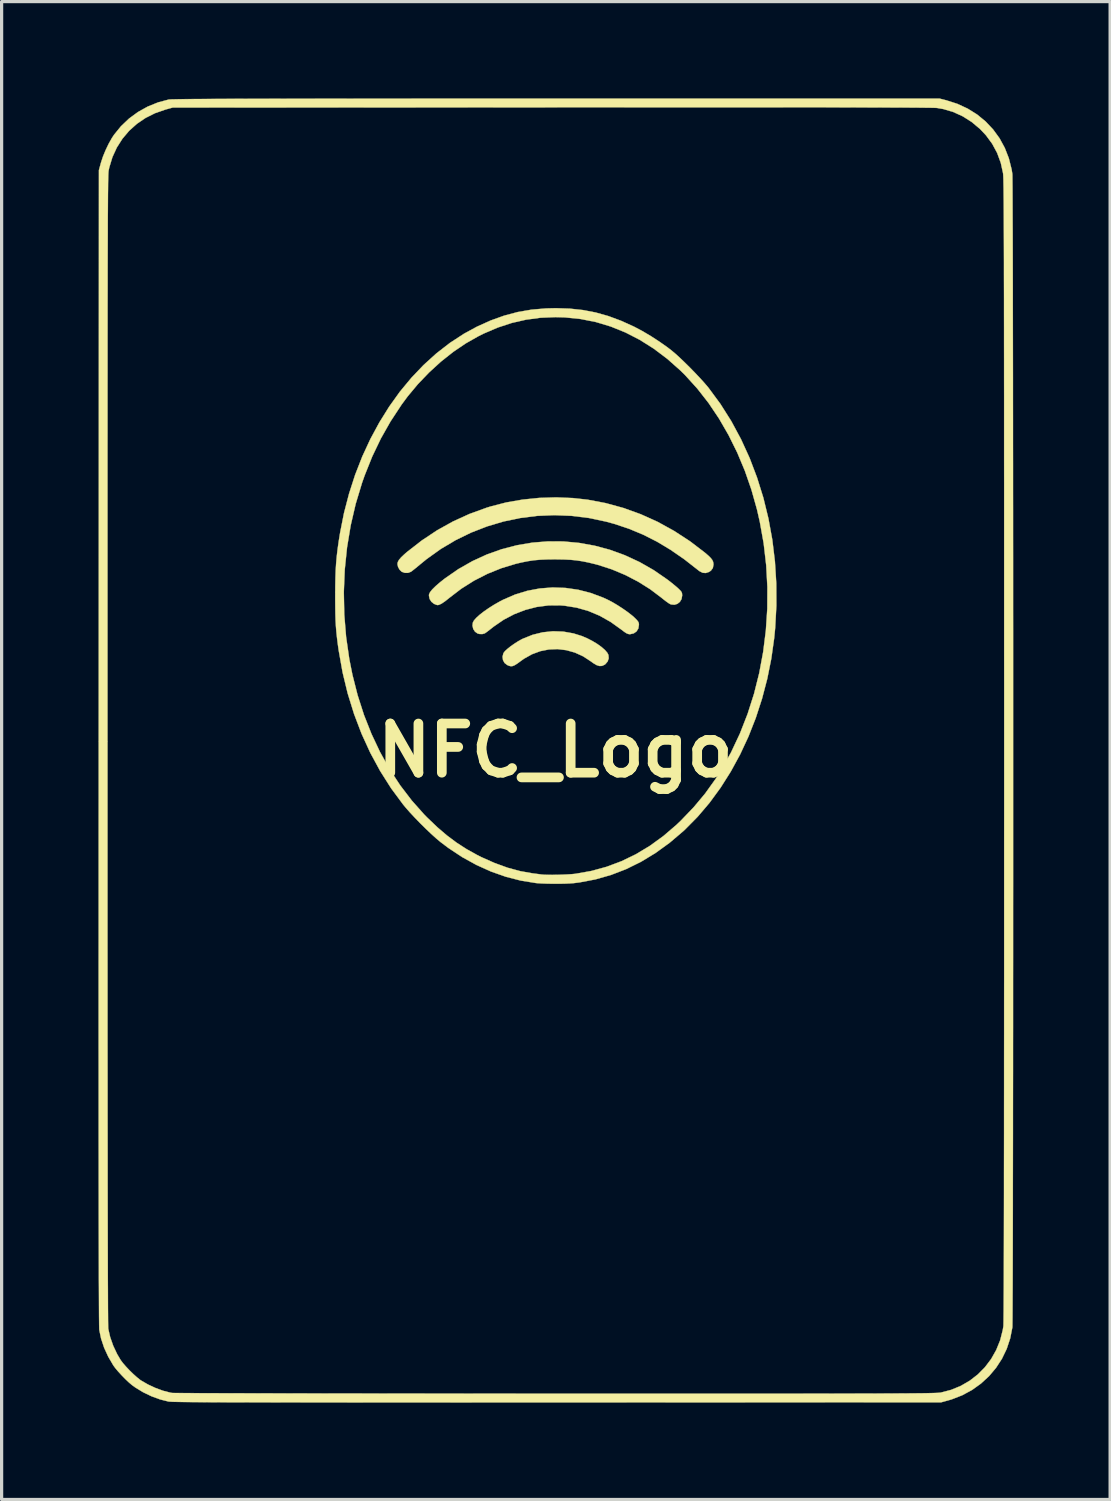
<source format=kicad_pcb>
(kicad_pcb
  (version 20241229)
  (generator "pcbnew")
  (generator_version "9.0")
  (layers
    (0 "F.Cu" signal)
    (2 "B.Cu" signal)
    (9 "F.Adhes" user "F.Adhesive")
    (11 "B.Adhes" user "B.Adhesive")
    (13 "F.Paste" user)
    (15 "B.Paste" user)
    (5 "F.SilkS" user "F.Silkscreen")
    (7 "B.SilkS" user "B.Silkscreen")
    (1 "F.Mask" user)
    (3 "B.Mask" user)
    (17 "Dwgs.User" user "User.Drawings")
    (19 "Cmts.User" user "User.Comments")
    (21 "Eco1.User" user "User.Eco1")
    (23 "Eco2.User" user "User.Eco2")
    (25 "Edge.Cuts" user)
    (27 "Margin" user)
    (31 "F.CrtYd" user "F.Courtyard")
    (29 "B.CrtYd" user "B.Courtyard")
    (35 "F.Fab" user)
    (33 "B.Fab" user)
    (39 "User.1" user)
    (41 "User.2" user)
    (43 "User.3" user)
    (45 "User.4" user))
  (footprint "NFC_Logo"
    (layer "F.Cu")
    (at 14.157 20.198)
    (property "Reference" "NFC_Logo" (at 0 0 0) (layer "F.SilkS") (effects (font (size 1.524 1.524) (thickness 0.3))))
    (attr through_hole)
    (fp_poly (pts (xy 0.242 -3.682) (xy 0.558 -3.626) (xy 0.81 -3.547) (xy 0.979 -3.476) (xy 1.142 -3.392) (xy 1.293 -3.301) (xy 1.425 -3.206) (xy 1.532 -3.113) (xy 1.607 -3.026) (xy 1.641 -2.959) (xy 1.65 -2.855) (xy 1.617 -2.757) (xy 1.548 -2.675) (xy 1.52 -2.655) (xy 1.443 -2.62) (xy 1.364 -2.616) (xy 1.275 -2.644) (xy 1.17 -2.706) (xy 1.102 -2.756) (xy 0.858 -2.916) (xy 0.601 -3.033) (xy 0.336 -3.107) (xy 0.066 -3.14) (xy -0.204 -3.129) (xy -0.47 -3.076) (xy -0.729 -2.98) (xy -0.976 -2.841) (xy -1.068 -2.775) (xy -1.177 -2.695) (xy -1.259 -2.643) (xy -1.324 -2.615) (xy -1.38 -2.609) (xy -1.437 -2.622) (xy -1.496 -2.648) (xy -1.577 -2.711) (xy -1.625 -2.799) (xy -1.639 -2.902) (xy -1.614 -3.007) (xy -1.605 -3.024) (xy -1.564 -3.077) (xy -1.49 -3.145) (xy -1.393 -3.223) (xy -1.281 -3.302) (xy -1.163 -3.378) (xy -1.048 -3.443) (xy -1.009 -3.462) (xy -0.707 -3.583) (xy -0.395 -3.66) (xy -0.077 -3.693) (xy 0.242 -3.682)) (stroke (width 0.01) (type solid)) (fill yes) (layer "F.SilkS"))
    (fp_poly (pts (xy 0.31 -5.035) (xy 0.706 -4.978) (xy 1.097 -4.877) (xy 1.481 -4.733) (xy 1.605 -4.676) (xy 1.758 -4.597) (xy 1.923 -4.499) (xy 2.088 -4.392) (xy 2.243 -4.283) (xy 2.375 -4.18) (xy 2.453 -4.11) (xy 2.522 -4.041) (xy 2.562 -3.99) (xy 2.581 -3.947) (xy 2.586 -3.899) (xy 2.586 -3.894) (xy 2.567 -3.778) (xy 2.511 -3.687) (xy 2.425 -3.627) (xy 2.314 -3.602) (xy 2.3 -3.602) (xy 2.252 -3.609) (xy 2.198 -3.632) (xy 2.129 -3.677) (xy 2.044 -3.742) (xy 1.712 -3.98) (xy 1.371 -4.173) (xy 1.019 -4.321) (xy 0.657 -4.424) (xy 0.282 -4.484) (xy 0.142 -4.495) (xy -0.219 -4.493) (xy -0.578 -4.446) (xy -0.931 -4.355) (xy -1.274 -4.223) (xy -1.602 -4.051) (xy -1.911 -3.839) (xy -1.954 -3.805) (xy -2.038 -3.739) (xy -2.113 -3.681) (xy -2.169 -3.641) (xy -2.192 -3.626) (xy -2.266 -3.606) (xy -2.354 -3.608) (xy -2.413 -3.624) (xy -2.492 -3.68) (xy -2.547 -3.764) (xy -2.57 -3.866) (xy -2.56 -3.959) (xy -2.524 -4.027) (xy -2.451 -4.11) (xy -2.346 -4.205) (xy -2.215 -4.307) (xy -2.062 -4.413) (xy -1.894 -4.519) (xy -1.714 -4.621) (xy -1.619 -4.67) (xy -1.251 -4.83) (xy -0.871 -4.946) (xy -0.482 -5.019) (xy -0.087 -5.049) (xy 0.31 -5.035)) (stroke (width 0.01) (type solid)) (fill yes) (layer "F.SilkS"))
    (fp_poly (pts (xy 0.541 -7.819) (xy 0.993 -7.769) (xy 1.554 -7.663) (xy 2.105 -7.512) (xy 2.643 -7.318) (xy 3.168 -7.081) (xy 3.676 -6.801) (xy 4.167 -6.481) (xy 4.626 -6.131) (xy 4.734 -6.038) (xy 4.81 -5.963) (xy 4.859 -5.9) (xy 4.885 -5.841) (xy 4.895 -5.777) (xy 4.895 -5.757) (xy 4.876 -5.652) (xy 4.817 -5.571) (xy 4.756 -5.53) (xy 4.657 -5.497) (xy 4.562 -5.504) (xy 4.462 -5.554) (xy 4.418 -5.588) (xy 3.99 -5.923) (xy 3.567 -6.215) (xy 3.144 -6.469) (xy 2.717 -6.685) (xy 2.28 -6.867) (xy 1.828 -7.018) (xy 1.564 -7.09) (xy 1.033 -7.202) (xy 0.499 -7.268) (xy -0.034 -7.289) (xy -0.565 -7.267) (xy -1.091 -7.201) (xy -1.609 -7.093) (xy -2.116 -6.942) (xy -2.611 -6.75) (xy -3.089 -6.517) (xy -3.549 -6.244) (xy -3.987 -5.931) (xy -4.192 -5.764) (xy -4.283 -5.688) (xy -4.367 -5.62) (xy -4.434 -5.567) (xy -4.476 -5.536) (xy -4.476 -5.536) (xy -4.565 -5.502) (xy -4.667 -5.502) (xy -4.76 -5.535) (xy -4.762 -5.536) (xy -4.828 -5.599) (xy -4.876 -5.686) (xy -4.895 -5.775) (xy -4.895 -5.776) (xy -4.884 -5.836) (xy -4.848 -5.903) (xy -4.783 -5.98) (xy -4.685 -6.073) (xy -4.597 -6.15) (xy -4.138 -6.507) (xy -3.664 -6.822) (xy -3.174 -7.094) (xy -2.663 -7.327) (xy -2.129 -7.521) (xy -2.009 -7.558) (xy -1.525 -7.683) (xy -1.02 -7.771) (xy -0.501 -7.824) (xy 0.022 -7.84) (xy 0.541 -7.819)) (stroke (width 0.01) (type solid)) (fill yes) (layer "F.SilkS"))
    (fp_poly (pts (xy 0.248 -6.475) (xy 0.731 -6.43) (xy 1.211 -6.344) (xy 1.685 -6.217) (xy 2.15 -6.048) (xy 2.605 -5.837) (xy 3.046 -5.585) (xy 3.463 -5.297) (xy 3.565 -5.219) (xy 3.667 -5.136) (xy 3.756 -5.062) (xy 3.805 -5.018) (xy 3.868 -4.956) (xy 3.905 -4.91) (xy 3.921 -4.866) (xy 3.925 -4.811) (xy 3.925 -4.797) (xy 3.906 -4.69) (xy 3.854 -4.603) (xy 3.777 -4.542) (xy 3.685 -4.514) (xy 3.585 -4.523) (xy 3.551 -4.536) (xy 3.502 -4.565) (xy 3.429 -4.617) (xy 3.343 -4.683) (xy 3.279 -4.735) (xy 2.936 -4.994) (xy 2.56 -5.23) (xy 2.16 -5.437) (xy 1.745 -5.611) (xy 1.325 -5.747) (xy 1.231 -5.772) (xy 1.02 -5.823) (xy 0.832 -5.861) (xy 0.653 -5.888) (xy 0.47 -5.906) (xy 0.27 -5.916) (xy 0.041 -5.92) (xy -0.012 -5.921) (xy -0.257 -5.918) (xy -0.471 -5.909) (xy -0.664 -5.892) (xy -0.852 -5.864) (xy -1.047 -5.825) (xy -1.226 -5.783) (xy -1.669 -5.649) (xy -2.103 -5.474) (xy -2.522 -5.26) (xy -2.917 -5.011) (xy -3.279 -4.734) (xy -3.417 -4.624) (xy -3.527 -4.549) (xy -3.612 -4.51) (xy -3.653 -4.503) (xy -3.692 -4.513) (xy -3.75 -4.537) (xy -3.764 -4.543) (xy -3.843 -4.606) (xy -3.898 -4.694) (xy -3.919 -4.792) (xy -3.916 -4.837) (xy -3.885 -4.902) (xy -3.817 -4.988) (xy -3.711 -5.092) (xy -3.571 -5.213) (xy -3.424 -5.329) (xy -3.007 -5.618) (xy -2.573 -5.865) (xy -2.125 -6.071) (xy -1.664 -6.235) (xy -1.194 -6.357) (xy -0.717 -6.438) (xy -0.235 -6.477) (xy 0.248 -6.475)) (stroke (width 0.01) (type solid)) (fill yes) (layer "F.SilkS"))
    (fp_poly (pts (xy 0.444 -13.687) (xy 0.852 -13.643) (xy 1.247 -13.567) (xy 1.638 -13.457) (xy 2.032 -13.311) (xy 2.437 -13.127) (xy 2.689 -12.994) (xy 2.956 -12.836) (xy 3.222 -12.663) (xy 3.473 -12.486) (xy 3.602 -12.386) (xy 3.716 -12.29) (xy 3.852 -12.166) (xy 4.002 -12.023) (xy 4.16 -11.867) (xy 4.317 -11.706) (xy 4.466 -11.548) (xy 4.6 -11.401) (xy 4.711 -11.272) (xy 4.742 -11.234) (xy 5.112 -10.732) (xy 5.448 -10.2) (xy 5.749 -9.641) (xy 6.016 -9.057) (xy 6.246 -8.451) (xy 6.441 -7.826) (xy 6.598 -7.183) (xy 6.718 -6.525) (xy 6.799 -5.855) (xy 6.841 -5.175) (xy 6.844 -4.488) (xy 6.807 -3.797) (xy 6.777 -3.487) (xy 6.687 -2.847) (xy 6.561 -2.219) (xy 6.4 -1.605) (xy 6.206 -1.008) (xy 5.979 -0.431) (xy 5.721 0.123) (xy 5.433 0.651) (xy 5.117 1.151) (xy 4.774 1.62) (xy 4.405 2.054) (xy 4.012 2.452) (xy 3.96 2.5) (xy 3.536 2.86) (xy 3.1 3.176) (xy 2.653 3.447) (xy 2.194 3.674) (xy 1.722 3.856) (xy 1.238 3.994) (xy 0.742 4.088) (xy 0.566 4.11) (xy 0.444 4.119) (xy 0.289 4.126) (xy 0.112 4.129) (xy -0.074 4.129) (xy -0.257 4.126) (xy -0.425 4.12) (xy -0.565 4.111) (xy -0.612 4.106) (xy -1.075 4.031) (xy -1.539 3.912) (xy -1.998 3.75) (xy -2.45 3.546) (xy -2.892 3.302) (xy -3.319 3.019) (xy -3.563 2.835) (xy -3.695 2.724) (xy -3.849 2.585) (xy -4.015 2.427) (xy -4.186 2.258) (xy -4.353 2.086) (xy -4.508 1.92) (xy -4.642 1.767) (xy -4.719 1.674) (xy -5.092 1.17) (xy -5.431 0.635) (xy -5.736 0.072) (xy -6.006 -0.518) (xy -6.239 -1.13) (xy -6.436 -1.765) (xy -6.594 -2.418) (xy -6.713 -3.087) (xy -6.718 -3.117) (xy -6.747 -3.325) (xy -6.77 -3.512) (xy -6.788 -3.685) (xy -6.802 -3.856) (xy -6.812 -4.032) (xy -6.818 -4.223) (xy -6.821 -4.438) (xy -6.823 -4.687) (xy -6.823 -4.791) (xy -6.822 -4.908) (xy -6.556 -4.908) (xy -6.542 -4.21) (xy -6.485 -3.515) (xy -6.385 -2.824) (xy -6.29 -2.347) (xy -6.129 -1.713) (xy -5.932 -1.101) (xy -5.7 -0.514) (xy -5.435 0.047) (xy -5.138 0.58) (xy -4.809 1.082) (xy -4.45 1.552) (xy -4.062 1.988) (xy -3.961 2.09) (xy -3.657 2.38) (xy -3.361 2.633) (xy -3.063 2.856) (xy -2.755 3.055) (xy -2.428 3.237) (xy -2.298 3.303) (xy -1.887 3.486) (xy -1.482 3.633) (xy -1.086 3.74) (xy -0.705 3.807) (xy -0.704 3.807) (xy -0.604 3.82) (xy -0.516 3.831) (xy -0.453 3.84) (xy -0.439 3.842) (xy -0.356 3.849) (xy -0.237 3.853) (xy -0.094 3.854) (xy 0.064 3.852) (xy 0.225 3.847) (xy 0.378 3.84) (xy 0.514 3.831) (xy 0.616 3.821) (xy 1.108 3.734) (xy 1.584 3.604) (xy 2.045 3.431) (xy 2.492 3.215) (xy 2.924 2.955) (xy 3.343 2.651) (xy 3.748 2.304) (xy 3.884 2.174) (xy 4.282 1.759) (xy 4.64 1.33) (xy 4.962 0.88) (xy 5.127 0.618) (xy 5.44 0.059) (xy 5.715 -0.526) (xy 5.952 -1.132) (xy 6.152 -1.758) (xy 6.313 -2.399) (xy 6.435 -3.054) (xy 6.518 -3.718) (xy 6.562 -4.39) (xy 6.565 -5.065) (xy 6.528 -5.741) (xy 6.45 -6.416) (xy 6.33 -7.085) (xy 6.242 -7.47) (xy 6.071 -8.077) (xy 5.867 -8.665) (xy 5.63 -9.23) (xy 5.362 -9.771) (xy 5.066 -10.283) (xy 4.742 -10.765) (xy 4.392 -11.213) (xy 4.018 -11.625) (xy 3.867 -11.774) (xy 3.462 -12.133) (xy 3.044 -12.448) (xy 2.613 -12.72) (xy 2.17 -12.948) (xy 1.716 -13.132) (xy 1.252 -13.272) (xy 0.778 -13.366) (xy 0.294 -13.416) (xy 0 -13.424) (xy -0.462 -13.405) (xy -0.91 -13.345) (xy -1.349 -13.245) (xy -1.785 -13.102) (xy -2.222 -12.915) (xy -2.381 -12.836) (xy -2.776 -12.612) (xy -3.167 -12.347) (xy -3.548 -12.045) (xy -3.914 -11.711) (xy -4.26 -11.35) (xy -4.58 -10.966) (xy -4.767 -10.713) (xy -5.107 -10.196) (xy -5.409 -9.663) (xy -5.676 -9.106) (xy -5.91 -8.521) (xy -5.991 -8.292) (xy -6.188 -7.641) (xy -6.343 -6.973) (xy -6.456 -6.292) (xy -6.527 -5.603) (xy -6.556 -4.908) (xy -6.822 -4.908) (xy -6.821 -5.088) (xy -6.816 -5.349) (xy -6.808 -5.583) (xy -6.794 -5.801) (xy -6.775 -6.012) (xy -6.75 -6.227) (xy -6.718 -6.455) (xy -6.678 -6.706) (xy -6.672 -6.741) (xy -6.55 -7.358) (xy -6.393 -7.959) (xy -6.205 -8.542) (xy -5.985 -9.105) (xy -5.735 -9.645) (xy -5.456 -10.161) (xy -5.151 -10.651) (xy -4.821 -11.112) (xy -4.466 -11.541) (xy -4.088 -11.938) (xy -3.689 -12.3) (xy -3.27 -12.625) (xy -2.833 -12.91) (xy -2.436 -13.126) (xy -2.009 -13.319) (xy -1.588 -13.47) (xy -1.167 -13.582) (xy -0.737 -13.656) (xy -0.289 -13.694) (xy 0.012 -13.701) (xy 0.444 -13.687)) (stroke (width 0.01) (type solid)) (fill yes) (layer "F.SilkS"))
    (fp_poly (pts (xy 12.107 -20.141) (xy 12.451 -20.031) (xy 12.77 -19.883) (xy 13.062 -19.701) (xy 13.325 -19.485) (xy 13.557 -19.239) (xy 13.756 -18.966) (xy 13.919 -18.667) (xy 14.045 -18.345) (xy 14.131 -18.002) (xy 14.153 -17.865) (xy 14.155 -17.831) (xy 14.156 -17.753) (xy 14.157 -17.631) (xy 14.159 -17.467) (xy 14.16 -17.263) (xy 14.161 -17.019) (xy 14.162 -16.737) (xy 14.163 -16.419) (xy 14.165 -16.065) (xy 14.166 -15.677) (xy 14.167 -15.257) (xy 14.168 -14.806) (xy 14.169 -14.325) (xy 14.169 -13.816) (xy 14.17 -13.28) (xy 14.171 -12.718) (xy 14.172 -12.131) (xy 14.173 -11.522) (xy 14.173 -10.892) (xy 14.174 -10.241) (xy 14.174 -9.571) (xy 14.175 -8.884) (xy 14.175 -8.181) (xy 14.176 -7.463) (xy 14.176 -6.732) (xy 14.177 -5.989) (xy 14.177 -5.236) (xy 14.177 -4.473) (xy 14.178 -3.702) (xy 14.178 -2.925) (xy 14.178 -2.143) (xy 14.178 -1.357) (xy 14.178 -0.568) (xy 14.178 0.221) (xy 14.178 1.01) (xy 14.178 1.797) (xy 14.178 2.581) (xy 14.178 3.361) (xy 14.178 4.134) (xy 14.177 4.901) (xy 14.177 5.659) (xy 14.177 6.407) (xy 14.176 7.144) (xy 14.176 7.867) (xy 14.176 8.577) (xy 14.175 9.272) (xy 14.175 9.949) (xy 14.174 10.609) (xy 14.173 11.249) (xy 14.173 11.868) (xy 14.172 12.464) (xy 14.171 13.037) (xy 14.17 13.585) (xy 14.17 14.107) (xy 14.169 14.601) (xy 14.168 15.066) (xy 14.167 15.5) (xy 14.166 15.902) (xy 14.165 16.271) (xy 14.164 16.606) (xy 14.162 16.904) (xy 14.161 17.165) (xy 14.16 17.388) (xy 14.159 17.57) (xy 14.157 17.711) (xy 14.156 17.809) (xy 14.155 17.863) (xy 14.154 17.872) (xy 14.087 18.213) (xy 13.979 18.538) (xy 13.832 18.843) (xy 13.648 19.126) (xy 13.431 19.383) (xy 13.182 19.612) (xy 12.906 19.81) (xy 12.603 19.974) (xy 12.277 20.101) (xy 12.175 20.131) (xy 11.95 20.193) (xy 0.069 20.197) (xy -0.832 20.197) (xy -1.689 20.197) (xy -2.502 20.197) (xy -3.272 20.198) (xy -4 20.198) (xy -4.688 20.198) (xy -5.336 20.198) (xy -5.946 20.198) (xy -6.518 20.197) (xy -7.055 20.197) (xy -7.556 20.197) (xy -8.023 20.196) (xy -8.458 20.196) (xy -8.861 20.195) (xy -9.234 20.195) (xy -9.577 20.194) (xy -9.892 20.193) (xy -10.18 20.193) (xy -10.441 20.192) (xy -10.678 20.191) (xy -10.891 20.189) (xy -11.081 20.188) (xy -11.249 20.187) (xy -11.397 20.185) (xy -11.526 20.184) (xy -11.636 20.182) (xy -11.73 20.18) (xy -11.807 20.179) (xy -11.869 20.177) (xy -11.918 20.174) (xy -11.954 20.172) (xy -11.978 20.17) (xy -11.987 20.169) (xy -12.246 20.104) (xy -12.514 20.006) (xy -12.776 19.88) (xy -13.018 19.732) (xy -13.116 19.661) (xy -13.213 19.579) (xy -13.324 19.474) (xy -13.439 19.356) (xy -13.548 19.237) (xy -13.64 19.127) (xy -13.696 19.05) (xy -13.853 18.782) (xy -13.981 18.503) (xy -14.075 18.222) (xy -14.131 17.953) (xy -14.133 17.927) (xy -14.134 17.872) (xy -14.136 17.789) (xy -14.137 17.677) (xy -14.139 17.535) (xy -14.14 17.362) (xy -14.141 17.159) (xy -14.142 16.924) (xy -14.143 16.657) (xy -14.145 16.357) (xy -14.145 16.024) (xy -14.146 15.657) (xy -14.147 15.255) (xy -14.148 14.819) (xy -14.149 14.347) (xy -14.149 13.838) (xy -14.15 13.293) (xy -14.15 12.711) (xy -14.151 12.091) (xy -14.151 11.432) (xy -14.151 10.735) (xy -14.151 9.997) (xy -14.152 9.22) (xy -14.152 8.401) (xy -14.152 7.542) (xy -14.152 6.64) (xy -14.151 5.696) (xy -14.151 4.708) (xy -14.151 3.677) (xy -14.151 2.602) (xy -14.15 1.482) (xy -14.15 0.317) (xy -14.15 -0.104) (xy -14.149 -1.359) (xy -13.877 -1.359) (xy -13.877 -0.274) (xy -13.877 -0.003) (xy -13.877 1.247) (xy -13.877 2.451) (xy -13.877 3.61) (xy -13.877 4.722) (xy -13.877 5.789) (xy -13.876 6.81) (xy -13.876 7.785) (xy -13.876 8.715) (xy -13.875 9.6) (xy -13.874 10.439) (xy -13.874 11.233) (xy -13.873 11.982) (xy -13.872 12.685) (xy -13.872 13.344) (xy -13.871 13.959) (xy -13.87 14.528) (xy -13.869 15.053) (xy -13.868 15.533) (xy -13.867 15.969) (xy -13.866 16.361) (xy -13.864 16.708) (xy -13.863 17.012) (xy -13.862 17.271) (xy -13.86 17.486) (xy -13.859 17.658) (xy -13.857 17.786) (xy -13.856 17.87) (xy -13.854 17.911) (xy -13.854 17.914) (xy -13.794 18.174) (xy -13.7 18.441) (xy -13.577 18.702) (xy -13.468 18.886) (xy -13.4 18.977) (xy -13.306 19.085) (xy -13.196 19.202) (xy -13.079 19.316) (xy -12.966 19.417) (xy -12.868 19.496) (xy -12.836 19.518) (xy -12.623 19.641) (xy -12.391 19.749) (xy -12.154 19.836) (xy -11.929 19.894) (xy -11.883 19.902) (xy -11.852 19.904) (xy -11.777 19.905) (xy -11.659 19.906) (xy -11.498 19.907) (xy -11.297 19.908) (xy -11.057 19.91) (xy -10.779 19.911) (xy -10.464 19.912) (xy -10.114 19.913) (xy -9.731 19.914) (xy -9.315 19.915) (xy -8.868 19.916) (xy -8.392 19.917) (xy -7.888 19.918) (xy -7.357 19.919) (xy -6.8 19.92) (xy -6.22 19.92) (xy -5.617 19.921) (xy -4.993 19.922) (xy -4.349 19.922) (xy -3.687 19.923) (xy -3.007 19.923) (xy -2.312 19.924) (xy -1.603 19.924) (xy -0.881 19.925) (xy -0.147 19.925) (xy -0.008 19.925) (xy 0.878 19.925) (xy 1.719 19.925) (xy 2.516 19.925) (xy 3.27 19.925) (xy 3.983 19.925) (xy 4.656 19.925) (xy 5.29 19.925) (xy 5.885 19.925) (xy 6.444 19.925) (xy 6.968 19.925) (xy 7.457 19.925) (xy 7.913 19.924) (xy 8.336 19.924) (xy 8.729 19.923) (xy 9.092 19.923) (xy 9.427 19.922) (xy 9.735 19.922) (xy 10.016 19.921) (xy 10.272 19.92) (xy 10.505 19.919) (xy 10.715 19.918) (xy 10.903 19.917) (xy 11.071 19.915) (xy 11.22 19.914) (xy 11.352 19.913) (xy 11.466 19.911) (xy 11.565 19.909) (xy 11.65 19.907) (xy 11.721 19.905) (xy 11.781 19.903) (xy 11.83 19.901) (xy 11.869 19.899) (xy 11.899 19.896) (xy 11.923 19.894) (xy 11.939 19.891) (xy 12.257 19.808) (xy 12.556 19.685) (xy 12.832 19.525) (xy 13.083 19.331) (xy 13.305 19.106) (xy 13.497 18.852) (xy 13.654 18.574) (xy 13.776 18.273) (xy 13.857 17.954) (xy 13.876 17.839) (xy 13.878 17.81) (xy 13.879 17.748) (xy 13.881 17.651) (xy 13.882 17.52) (xy 13.884 17.355) (xy 13.885 17.154) (xy 13.886 16.917) (xy 13.888 16.644) (xy 13.889 16.335) (xy 13.89 15.989) (xy 13.891 15.605) (xy 13.892 15.184) (xy 13.893 14.724) (xy 13.894 14.225) (xy 13.895 13.688) (xy 13.895 13.111) (xy 13.896 12.494) (xy 13.897 11.836) (xy 13.897 11.138) (xy 13.898 10.398) (xy 13.898 9.617) (xy 13.899 8.794) (xy 13.899 7.928) (xy 13.9 7.019) (xy 13.9 6.067) (xy 13.9 5.071) (xy 13.9 4.031) (xy 13.9 2.946) (xy 13.901 1.816) (xy 13.901 0.64) (xy 13.901 0.004) (xy 13.901 -1.092) (xy 13.901 -2.143) (xy 13.9 -3.149) (xy 13.9 -4.113) (xy 13.9 -5.033) (xy 13.9 -5.913) (xy 13.9 -6.752) (xy 13.9 -7.551) (xy 13.9 -8.311) (xy 13.899 -9.034) (xy 13.899 -9.72) (xy 13.899 -10.37) (xy 13.899 -10.986) (xy 13.898 -11.567) (xy 13.898 -12.116) (xy 13.897 -12.632) (xy 13.897 -13.117) (xy 13.896 -13.572) (xy 13.896 -13.998) (xy 13.895 -14.395) (xy 13.894 -14.766) (xy 13.894 -15.109) (xy 13.893 -15.428) (xy 13.892 -15.721) (xy 13.891 -15.991) (xy 13.89 -16.239) (xy 13.889 -16.465) (xy 13.888 -16.67) (xy 13.887 -16.855) (xy 13.886 -17.021) (xy 13.884 -17.17) (xy 13.883 -17.301) (xy 13.882 -17.416) (xy 13.88 -17.516) (xy 13.878 -17.602) (xy 13.877 -17.675) (xy 13.875 -17.735) (xy 13.873 -17.785) (xy 13.871 -17.823) (xy 13.869 -17.852) (xy 13.867 -17.873) (xy 13.867 -17.878) (xy 13.795 -18.205) (xy 13.682 -18.512) (xy 13.528 -18.797) (xy 13.333 -19.061) (xy 13.154 -19.251) (xy 12.896 -19.468) (xy 12.619 -19.644) (xy 12.325 -19.778) (xy 12.016 -19.87) (xy 11.819 -19.904) (xy 11.787 -19.906) (xy 11.724 -19.908) (xy 11.627 -19.91) (xy 11.498 -19.911) (xy 11.335 -19.913) (xy 11.138 -19.915) (xy 10.907 -19.916) (xy 10.639 -19.917) (xy 10.336 -19.918) (xy 9.997 -19.919) (xy 9.62 -19.92) (xy 9.205 -19.921) (xy 8.753 -19.922) (xy 8.261 -19.923) (xy 7.73 -19.923) (xy 7.158 -19.923) (xy 6.546 -19.924) (xy 5.893 -19.924) (xy 5.198 -19.924) (xy 4.46 -19.924) (xy 3.679 -19.924) (xy 2.854 -19.924) (xy 1.986 -19.923) (xy 1.072 -19.923) (xy 0.113 -19.923) (xy -0.115 -19.922) (xy -11.857 -19.916) (xy -12.079 -19.855) (xy -12.402 -19.743) (xy -12.699 -19.594) (xy -12.968 -19.411) (xy -13.208 -19.195) (xy -13.415 -18.95) (xy -13.588 -18.678) (xy -13.724 -18.382) (xy -13.821 -18.063) (xy -13.843 -17.959) (xy -13.845 -17.944) (xy -13.847 -17.922) (xy -13.849 -17.892) (xy -13.851 -17.852) (xy -13.853 -17.803) (xy -13.854 -17.742) (xy -13.856 -17.67) (xy -13.858 -17.585) (xy -13.859 -17.486) (xy -13.86 -17.372) (xy -13.862 -17.242) (xy -13.863 -17.096) (xy -13.864 -16.932) (xy -13.865 -16.75) (xy -13.867 -16.548) (xy -13.868 -16.326) (xy -13.868 -16.082) (xy -13.869 -15.816) (xy -13.87 -15.526) (xy -13.871 -15.213) (xy -13.872 -14.874) (xy -13.872 -14.509) (xy -13.873 -14.117) (xy -13.874 -13.697) (xy -13.874 -13.249) (xy -13.875 -12.77) (xy -13.875 -12.26) (xy -13.875 -11.719) (xy -13.876 -11.145) (xy -13.876 -10.537) (xy -13.876 -9.895) (xy -13.877 -9.217) (xy -13.877 -8.502) (xy -13.877 -7.75) (xy -13.877 -6.96) (xy -13.877 -6.13) (xy -13.877 -5.26) (xy -13.877 -4.349) (xy -13.877 -3.396) (xy -13.877 -2.4) (xy -13.877 -1.359) (xy -14.149 -1.359) (xy -14.143 -17.976) (xy -14.08 -18.207) (xy -14.019 -18.393) (xy -13.937 -18.593) (xy -13.842 -18.792) (xy -13.741 -18.972) (xy -13.675 -19.072) (xy -13.459 -19.338) (xy -13.21 -19.575) (xy -12.932 -19.779) (xy -12.63 -19.947) (xy -12.308 -20.077) (xy -11.984 -20.163) (xy -11.966 -20.165) (xy -11.933 -20.167) (xy -11.885 -20.17) (xy -11.82 -20.171) (xy -11.738 -20.173) (xy -11.638 -20.175) (xy -11.517 -20.177) (xy -11.377 -20.178) (xy -11.214 -20.18) (xy -11.029 -20.181) (xy -10.82 -20.182) (xy -10.586 -20.184) (xy -10.326 -20.185) (xy -10.039 -20.186) (xy -9.724 -20.187) (xy -9.38 -20.188) (xy -9.006 -20.188) (xy -8.6 -20.189) (xy -8.162 -20.19) (xy -7.691 -20.19) (xy -7.185 -20.191) (xy -6.644 -20.191) (xy -6.066 -20.192) (xy -5.451 -20.192) (xy -4.797 -20.192) (xy -4.103 -20.193) (xy -3.368 -20.193) (xy -2.591 -20.193) (xy -1.772 -20.193) (xy -0.908 -20.193) (xy 0.001 -20.193) (xy 11.903 -20.193) (xy 12.107 -20.141)) (stroke (width 0.01) (type solid)) (fill yes) (layer "F.SilkS")))
  (gr_rect
    (start -3 -3)
    (end 31.34 43.401)
    (stroke (width 0.1) (type default))
    (fill no)
    (layer "Edge.Cuts")))
</source>
